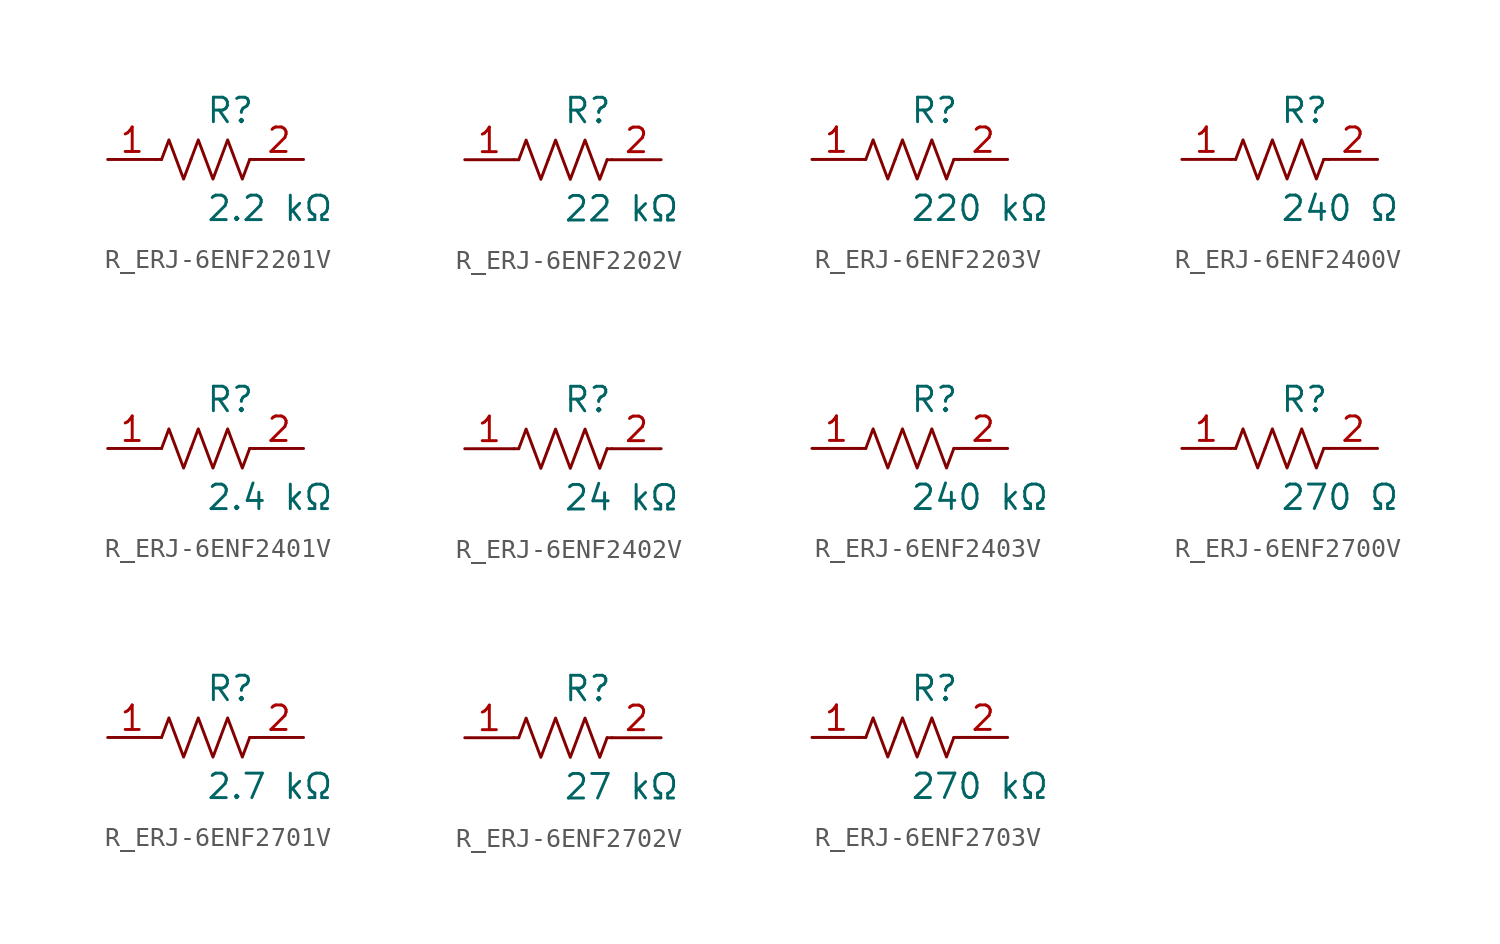
<source format=kicad_sym>
(kicad_symbol_lib
  (version 20231120)
  (generator kicad_symbol_editor)
  (generator_version 8.0)
  (symbol "R_ERJ-6ENF2201V"
    (pin_names
      (offset 0.254))
    (property "Reference" "R"
      (at 0.0 2.54 0)
      (effects (font (size 1.27 1.27)) (justify left)))
    (property "Value" "2.2 kΩ"
      (at 0.0 -2.54 0)
      (effects (font (size 1.27 1.27)) (justify left)))
    (symbol "R_ERJ-6ENF2201V_0_1"
      (polyline (pts (xy 2.286 0) (xy 2.54 0)) (stroke (width 0) (type default)) (fill (type none)))
      (polyline (pts (xy -2.286 0) (xy -2.54 0)) (stroke (width 0) (type default)) (fill (type none)))
      (polyline (pts (xy 0.762 0) (xy 1.143 1.016) (xy 1.524 0) (xy 1.905 -1.016) (xy 2.286 0)) (stroke (width 0) (type default)) (fill (type none)))
      (polyline (pts (xy -0.762 0) (xy -0.381 1.016) (xy 0 0) (xy 0.381 -1.016) (xy 0.762 0)) (stroke (width 0) (type default)) (fill (type none)))
      (polyline (pts (xy -2.286 0) (xy -1.905 1.016) (xy -1.524 0) (xy -1.143 -1.016) (xy -0.762 0)) (stroke (width 0) (type default)) (fill (type none))))
    (pin unspecified line
      (at -5.08 0 0)
      (length 2.54)
      (name "" (effects (font (size 1.27 1.27))))
      (number "1" (effects (font (size 1.27 1.27)))))
    (pin unspecified line
      (at 5.08 0 180)
      (length 2.54)
      (name "" (effects (font (size 1.27 1.27))))
      (number "2" (effects (font (size 1.27 1.27))))))
  (symbol "R_ERJ-6ENF2202V"
    (pin_names
      (offset 0.254))
    (property "Reference" "R"
      (at 0.0 2.54 0)
      (effects (font (size 1.27 1.27)) (justify left)))
    (property "Value" "22 kΩ"
      (at 0.0 -2.54 0)
      (effects (font (size 1.27 1.27)) (justify left)))
    (symbol "R_ERJ-6ENF2202V_0_1"
      (polyline (pts (xy 2.286 0) (xy 2.54 0)) (stroke (width 0) (type default)) (fill (type none)))
      (polyline (pts (xy -2.286 0) (xy -2.54 0)) (stroke (width 0) (type default)) (fill (type none)))
      (polyline (pts (xy 0.762 0) (xy 1.143 1.016) (xy 1.524 0) (xy 1.905 -1.016) (xy 2.286 0)) (stroke (width 0) (type default)) (fill (type none)))
      (polyline (pts (xy -0.762 0) (xy -0.381 1.016) (xy 0 0) (xy 0.381 -1.016) (xy 0.762 0)) (stroke (width 0) (type default)) (fill (type none)))
      (polyline (pts (xy -2.286 0) (xy -1.905 1.016) (xy -1.524 0) (xy -1.143 -1.016) (xy -0.762 0)) (stroke (width 0) (type default)) (fill (type none))))
    (pin unspecified line
      (at -5.08 0 0)
      (length 2.54)
      (name "" (effects (font (size 1.27 1.27))))
      (number "1" (effects (font (size 1.27 1.27)))))
    (pin unspecified line
      (at 5.08 0 180)
      (length 2.54)
      (name "" (effects (font (size 1.27 1.27))))
      (number "2" (effects (font (size 1.27 1.27))))))
  (symbol "R_ERJ-6ENF2203V"
    (pin_names
      (offset 0.254))
    (property "Reference" "R"
      (at 0.0 2.54 0)
      (effects (font (size 1.27 1.27)) (justify left)))
    (property "Value" "220 kΩ"
      (at 0.0 -2.54 0)
      (effects (font (size 1.27 1.27)) (justify left)))
    (symbol "R_ERJ-6ENF2203V_0_1"
      (polyline (pts (xy 2.286 0) (xy 2.54 0)) (stroke (width 0) (type default)) (fill (type none)))
      (polyline (pts (xy -2.286 0) (xy -2.54 0)) (stroke (width 0) (type default)) (fill (type none)))
      (polyline (pts (xy 0.762 0) (xy 1.143 1.016) (xy 1.524 0) (xy 1.905 -1.016) (xy 2.286 0)) (stroke (width 0) (type default)) (fill (type none)))
      (polyline (pts (xy -0.762 0) (xy -0.381 1.016) (xy 0 0) (xy 0.381 -1.016) (xy 0.762 0)) (stroke (width 0) (type default)) (fill (type none)))
      (polyline (pts (xy -2.286 0) (xy -1.905 1.016) (xy -1.524 0) (xy -1.143 -1.016) (xy -0.762 0)) (stroke (width 0) (type default)) (fill (type none))))
    (pin unspecified line
      (at -5.08 0 0)
      (length 2.54)
      (name "" (effects (font (size 1.27 1.27))))
      (number "1" (effects (font (size 1.27 1.27)))))
    (pin unspecified line
      (at 5.08 0 180)
      (length 2.54)
      (name "" (effects (font (size 1.27 1.27))))
      (number "2" (effects (font (size 1.27 1.27))))))
  (symbol "R_ERJ-6ENF2400V"
    (pin_names
      (offset 0.254))
    (property "Reference" "R"
      (at 0.0 2.54 0)
      (effects (font (size 1.27 1.27)) (justify left)))
    (property "Value" "240 Ω"
      (at 0.0 -2.54 0)
      (effects (font (size 1.27 1.27)) (justify left)))
    (symbol "R_ERJ-6ENF2400V_0_1"
      (polyline (pts (xy 2.286 0) (xy 2.54 0)) (stroke (width 0) (type default)) (fill (type none)))
      (polyline (pts (xy -2.286 0) (xy -2.54 0)) (stroke (width 0) (type default)) (fill (type none)))
      (polyline (pts (xy 0.762 0) (xy 1.143 1.016) (xy 1.524 0) (xy 1.905 -1.016) (xy 2.286 0)) (stroke (width 0) (type default)) (fill (type none)))
      (polyline (pts (xy -0.762 0) (xy -0.381 1.016) (xy 0 0) (xy 0.381 -1.016) (xy 0.762 0)) (stroke (width 0) (type default)) (fill (type none)))
      (polyline (pts (xy -2.286 0) (xy -1.905 1.016) (xy -1.524 0) (xy -1.143 -1.016) (xy -0.762 0)) (stroke (width 0) (type default)) (fill (type none))))
    (pin unspecified line
      (at -5.08 0 0)
      (length 2.54)
      (name "" (effects (font (size 1.27 1.27))))
      (number "1" (effects (font (size 1.27 1.27)))))
    (pin unspecified line
      (at 5.08 0 180)
      (length 2.54)
      (name "" (effects (font (size 1.27 1.27))))
      (number "2" (effects (font (size 1.27 1.27))))))
  (symbol "R_ERJ-6ENF2401V"
    (pin_names
      (offset 0.254))
    (property "Reference" "R"
      (at 0.0 2.54 0)
      (effects (font (size 1.27 1.27)) (justify left)))
    (property "Value" "2.4 kΩ"
      (at 0.0 -2.54 0)
      (effects (font (size 1.27 1.27)) (justify left)))
    (symbol "R_ERJ-6ENF2401V_0_1"
      (polyline (pts (xy 2.286 0) (xy 2.54 0)) (stroke (width 0) (type default)) (fill (type none)))
      (polyline (pts (xy -2.286 0) (xy -2.54 0)) (stroke (width 0) (type default)) (fill (type none)))
      (polyline (pts (xy 0.762 0) (xy 1.143 1.016) (xy 1.524 0) (xy 1.905 -1.016) (xy 2.286 0)) (stroke (width 0) (type default)) (fill (type none)))
      (polyline (pts (xy -0.762 0) (xy -0.381 1.016) (xy 0 0) (xy 0.381 -1.016) (xy 0.762 0)) (stroke (width 0) (type default)) (fill (type none)))
      (polyline (pts (xy -2.286 0) (xy -1.905 1.016) (xy -1.524 0) (xy -1.143 -1.016) (xy -0.762 0)) (stroke (width 0) (type default)) (fill (type none))))
    (pin unspecified line
      (at -5.08 0 0)
      (length 2.54)
      (name "" (effects (font (size 1.27 1.27))))
      (number "1" (effects (font (size 1.27 1.27)))))
    (pin unspecified line
      (at 5.08 0 180)
      (length 2.54)
      (name "" (effects (font (size 1.27 1.27))))
      (number "2" (effects (font (size 1.27 1.27))))))
  (symbol "R_ERJ-6ENF2402V"
    (pin_names
      (offset 0.254))
    (property "Reference" "R"
      (at 0.0 2.54 0)
      (effects (font (size 1.27 1.27)) (justify left)))
    (property "Value" "24 kΩ"
      (at 0.0 -2.54 0)
      (effects (font (size 1.27 1.27)) (justify left)))
    (symbol "R_ERJ-6ENF2402V_0_1"
      (polyline (pts (xy 2.286 0) (xy 2.54 0)) (stroke (width 0) (type default)) (fill (type none)))
      (polyline (pts (xy -2.286 0) (xy -2.54 0)) (stroke (width 0) (type default)) (fill (type none)))
      (polyline (pts (xy 0.762 0) (xy 1.143 1.016) (xy 1.524 0) (xy 1.905 -1.016) (xy 2.286 0)) (stroke (width 0) (type default)) (fill (type none)))
      (polyline (pts (xy -0.762 0) (xy -0.381 1.016) (xy 0 0) (xy 0.381 -1.016) (xy 0.762 0)) (stroke (width 0) (type default)) (fill (type none)))
      (polyline (pts (xy -2.286 0) (xy -1.905 1.016) (xy -1.524 0) (xy -1.143 -1.016) (xy -0.762 0)) (stroke (width 0) (type default)) (fill (type none))))
    (pin unspecified line
      (at -5.08 0 0)
      (length 2.54)
      (name "" (effects (font (size 1.27 1.27))))
      (number "1" (effects (font (size 1.27 1.27)))))
    (pin unspecified line
      (at 5.08 0 180)
      (length 2.54)
      (name "" (effects (font (size 1.27 1.27))))
      (number "2" (effects (font (size 1.27 1.27))))))
  (symbol "R_ERJ-6ENF2403V"
    (pin_names
      (offset 0.254))
    (property "Reference" "R"
      (at 0.0 2.54 0)
      (effects (font (size 1.27 1.27)) (justify left)))
    (property "Value" "240 kΩ"
      (at 0.0 -2.54 0)
      (effects (font (size 1.27 1.27)) (justify left)))
    (symbol "R_ERJ-6ENF2403V_0_1"
      (polyline (pts (xy 2.286 0) (xy 2.54 0)) (stroke (width 0) (type default)) (fill (type none)))
      (polyline (pts (xy -2.286 0) (xy -2.54 0)) (stroke (width 0) (type default)) (fill (type none)))
      (polyline (pts (xy 0.762 0) (xy 1.143 1.016) (xy 1.524 0) (xy 1.905 -1.016) (xy 2.286 0)) (stroke (width 0) (type default)) (fill (type none)))
      (polyline (pts (xy -0.762 0) (xy -0.381 1.016) (xy 0 0) (xy 0.381 -1.016) (xy 0.762 0)) (stroke (width 0) (type default)) (fill (type none)))
      (polyline (pts (xy -2.286 0) (xy -1.905 1.016) (xy -1.524 0) (xy -1.143 -1.016) (xy -0.762 0)) (stroke (width 0) (type default)) (fill (type none))))
    (pin unspecified line
      (at -5.08 0 0)
      (length 2.54)
      (name "" (effects (font (size 1.27 1.27))))
      (number "1" (effects (font (size 1.27 1.27)))))
    (pin unspecified line
      (at 5.08 0 180)
      (length 2.54)
      (name "" (effects (font (size 1.27 1.27))))
      (number "2" (effects (font (size 1.27 1.27))))))
  (symbol "R_ERJ-6ENF2700V"
    (pin_names
      (offset 0.254))
    (property "Reference" "R"
      (at 0.0 2.54 0)
      (effects (font (size 1.27 1.27)) (justify left)))
    (property "Value" "270 Ω"
      (at 0.0 -2.54 0)
      (effects (font (size 1.27 1.27)) (justify left)))
    (symbol "R_ERJ-6ENF2700V_0_1"
      (polyline (pts (xy 2.286 0) (xy 2.54 0)) (stroke (width 0) (type default)) (fill (type none)))
      (polyline (pts (xy -2.286 0) (xy -2.54 0)) (stroke (width 0) (type default)) (fill (type none)))
      (polyline (pts (xy 0.762 0) (xy 1.143 1.016) (xy 1.524 0) (xy 1.905 -1.016) (xy 2.286 0)) (stroke (width 0) (type default)) (fill (type none)))
      (polyline (pts (xy -0.762 0) (xy -0.381 1.016) (xy 0 0) (xy 0.381 -1.016) (xy 0.762 0)) (stroke (width 0) (type default)) (fill (type none)))
      (polyline (pts (xy -2.286 0) (xy -1.905 1.016) (xy -1.524 0) (xy -1.143 -1.016) (xy -0.762 0)) (stroke (width 0) (type default)) (fill (type none))))
    (pin unspecified line
      (at -5.08 0 0)
      (length 2.54)
      (name "" (effects (font (size 1.27 1.27))))
      (number "1" (effects (font (size 1.27 1.27)))))
    (pin unspecified line
      (at 5.08 0 180)
      (length 2.54)
      (name "" (effects (font (size 1.27 1.27))))
      (number "2" (effects (font (size 1.27 1.27))))))
  (symbol "R_ERJ-6ENF2701V"
    (pin_names
      (offset 0.254))
    (property "Reference" "R"
      (at 0.0 2.54 0)
      (effects (font (size 1.27 1.27)) (justify left)))
    (property "Value" "2.7 kΩ"
      (at 0.0 -2.54 0)
      (effects (font (size 1.27 1.27)) (justify left)))
    (symbol "R_ERJ-6ENF2701V_0_1"
      (polyline (pts (xy 2.286 0) (xy 2.54 0)) (stroke (width 0) (type default)) (fill (type none)))
      (polyline (pts (xy -2.286 0) (xy -2.54 0)) (stroke (width 0) (type default)) (fill (type none)))
      (polyline (pts (xy 0.762 0) (xy 1.143 1.016) (xy 1.524 0) (xy 1.905 -1.016) (xy 2.286 0)) (stroke (width 0) (type default)) (fill (type none)))
      (polyline (pts (xy -0.762 0) (xy -0.381 1.016) (xy 0 0) (xy 0.381 -1.016) (xy 0.762 0)) (stroke (width 0) (type default)) (fill (type none)))
      (polyline (pts (xy -2.286 0) (xy -1.905 1.016) (xy -1.524 0) (xy -1.143 -1.016) (xy -0.762 0)) (stroke (width 0) (type default)) (fill (type none))))
    (pin unspecified line
      (at -5.08 0 0)
      (length 2.54)
      (name "" (effects (font (size 1.27 1.27))))
      (number "1" (effects (font (size 1.27 1.27)))))
    (pin unspecified line
      (at 5.08 0 180)
      (length 2.54)
      (name "" (effects (font (size 1.27 1.27))))
      (number "2" (effects (font (size 1.27 1.27))))))
  (symbol "R_ERJ-6ENF2702V"
    (pin_names
      (offset 0.254))
    (property "Reference" "R"
      (at 0.0 2.54 0)
      (effects (font (size 1.27 1.27)) (justify left)))
    (property "Value" "27 kΩ"
      (at 0.0 -2.54 0)
      (effects (font (size 1.27 1.27)) (justify left)))
    (symbol "R_ERJ-6ENF2702V_0_1"
      (polyline (pts (xy 2.286 0) (xy 2.54 0)) (stroke (width 0) (type default)) (fill (type none)))
      (polyline (pts (xy -2.286 0) (xy -2.54 0)) (stroke (width 0) (type default)) (fill (type none)))
      (polyline (pts (xy 0.762 0) (xy 1.143 1.016) (xy 1.524 0) (xy 1.905 -1.016) (xy 2.286 0)) (stroke (width 0) (type default)) (fill (type none)))
      (polyline (pts (xy -0.762 0) (xy -0.381 1.016) (xy 0 0) (xy 0.381 -1.016) (xy 0.762 0)) (stroke (width 0) (type default)) (fill (type none)))
      (polyline (pts (xy -2.286 0) (xy -1.905 1.016) (xy -1.524 0) (xy -1.143 -1.016) (xy -0.762 0)) (stroke (width 0) (type default)) (fill (type none))))
    (pin unspecified line
      (at -5.08 0 0)
      (length 2.54)
      (name "" (effects (font (size 1.27 1.27))))
      (number "1" (effects (font (size 1.27 1.27)))))
    (pin unspecified line
      (at 5.08 0 180)
      (length 2.54)
      (name "" (effects (font (size 1.27 1.27))))
      (number "2" (effects (font (size 1.27 1.27))))))
  (symbol "R_ERJ-6ENF2703V"
    (pin_names
      (offset 0.254))
    (property "Reference" "R"
      (at 0.0 2.54 0)
      (effects (font (size 1.27 1.27)) (justify left)))
    (property "Value" "270 kΩ"
      (at 0.0 -2.54 0)
      (effects (font (size 1.27 1.27)) (justify left)))
    (symbol "R_ERJ-6ENF2703V_0_1"
      (polyline (pts (xy 2.286 0) (xy 2.54 0)) (stroke (width 0) (type default)) (fill (type none)))
      (polyline (pts (xy -2.286 0) (xy -2.54 0)) (stroke (width 0) (type default)) (fill (type none)))
      (polyline (pts (xy 0.762 0) (xy 1.143 1.016) (xy 1.524 0) (xy 1.905 -1.016) (xy 2.286 0)) (stroke (width 0) (type default)) (fill (type none)))
      (polyline (pts (xy -0.762 0) (xy -0.381 1.016) (xy 0 0) (xy 0.381 -1.016) (xy 0.762 0)) (stroke (width 0) (type default)) (fill (type none)))
      (polyline (pts (xy -2.286 0) (xy -1.905 1.016) (xy -1.524 0) (xy -1.143 -1.016) (xy -0.762 0)) (stroke (width 0) (type default)) (fill (type none))))
    (pin unspecified line
      (at -5.08 0 0)
      (length 2.54)
      (name "" (effects (font (size 1.27 1.27))))
      (number "1" (effects (font (size 1.27 1.27)))))
    (pin unspecified line
      (at 5.08 0 180)
      (length 2.54)
      (name "" (effects (font (size 1.27 1.27))))
      (number "2" (effects (font (size 1.27 1.27)))))))
</source>
